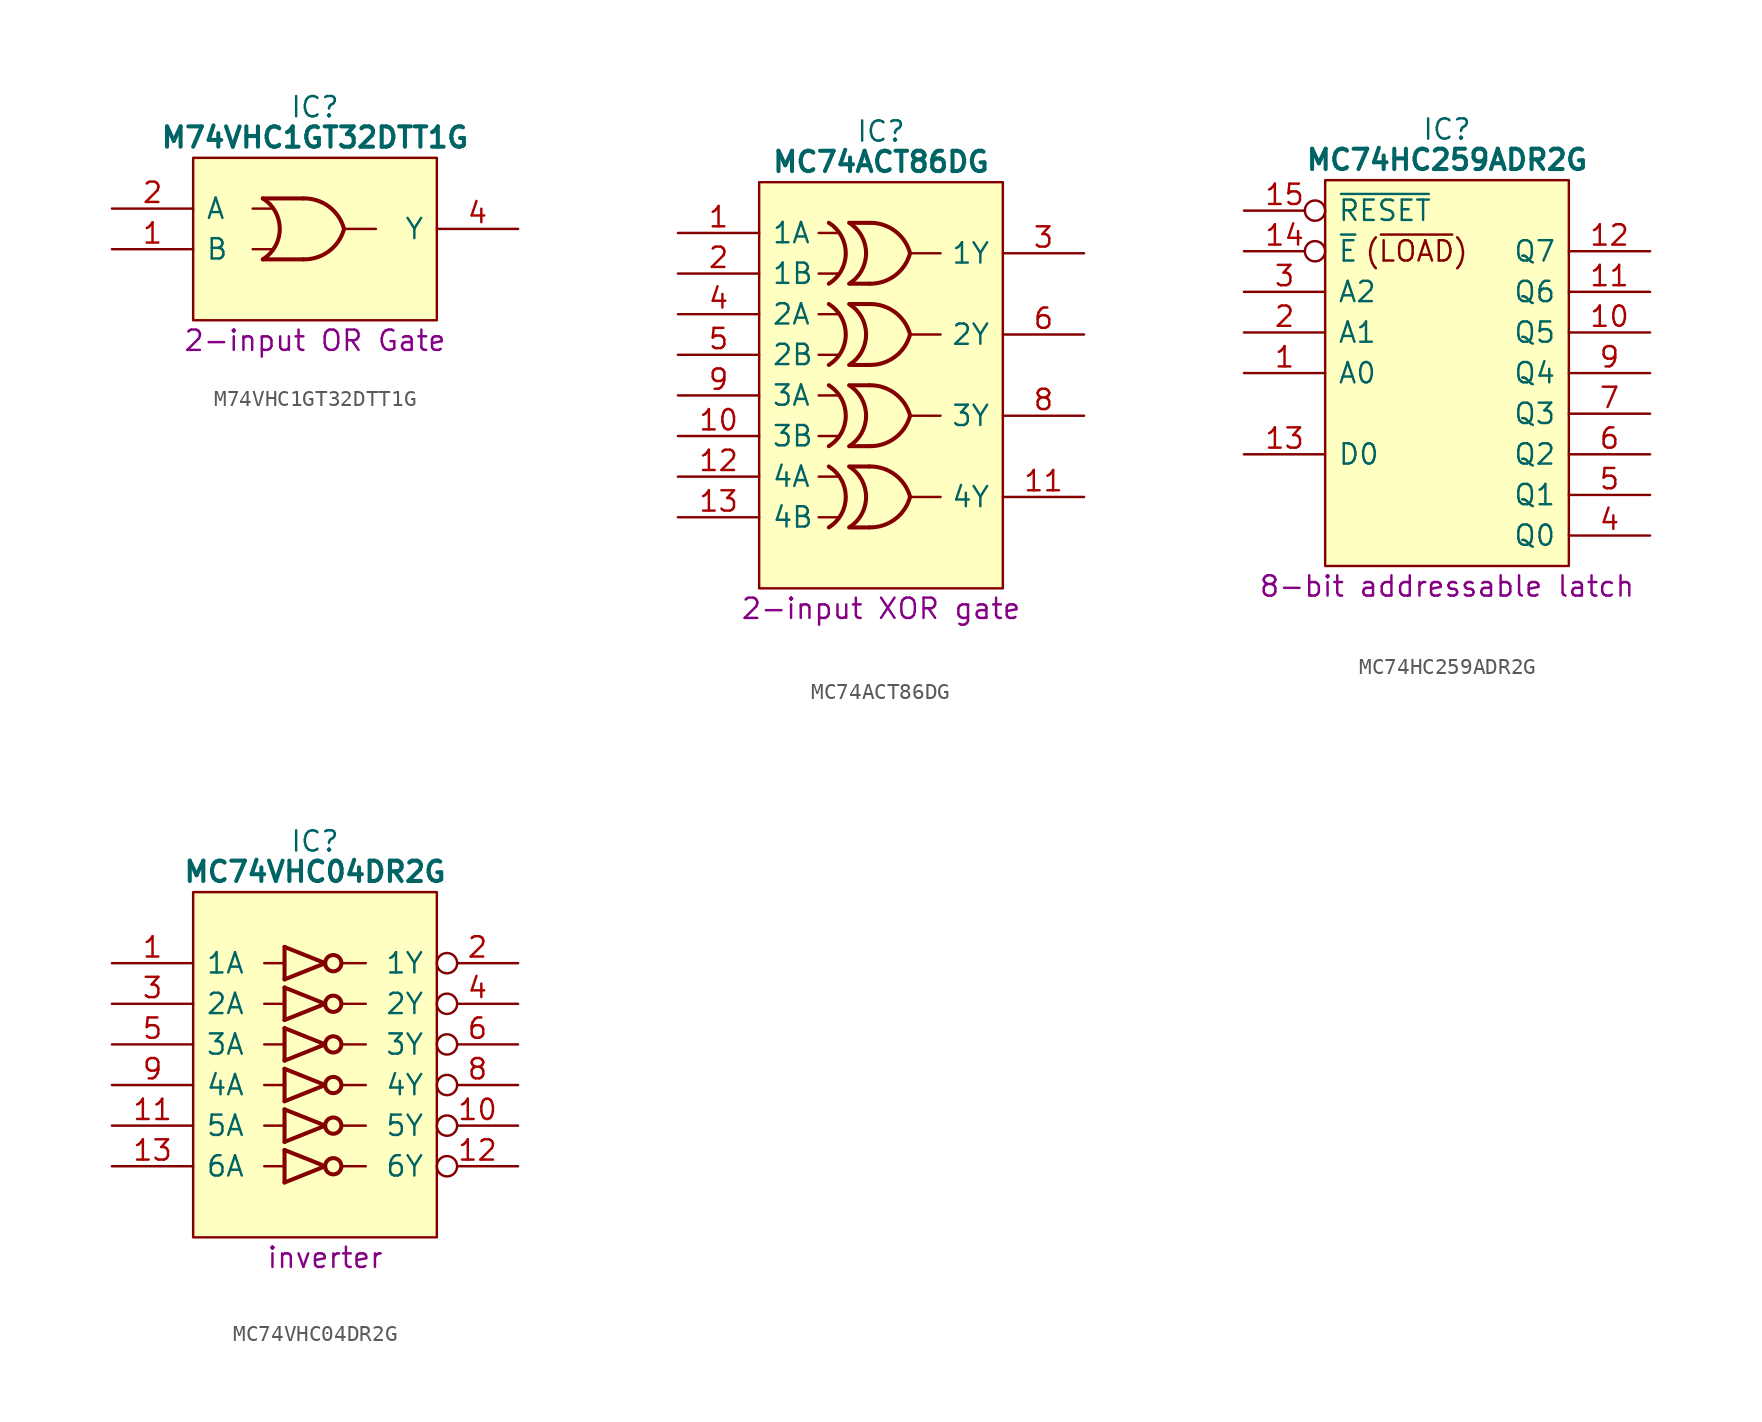
<source format=kicad_sym>
(kicad_symbol_lib
  (version 20241209)
  (generator "kicad_symbol_editor")
  (generator_version "9.0")
  (symbol "M74VHC1GT32DTT1G"
    (pin_names
      (offset 0.762))
    (property "Reference" "IC"
      (at 12.7 6.35 0)
      (effects (font (size 1.27 1.27))))
    (property "Value" "M74VHC1GT32DTT1G"
      (at 12.7 4.445 0)
      (effects (font (size 1.27 1.27) (bold yes))))
    (property "Description" "2-input OR Gate"
      (at 12.7 -8.255 0)
      (effects (font (size 1.27 1.27))))
    (symbol "M74VHC1GT32DTT1G_0_0"
      (pin input line (at 0 0 0) (length 5.08) (name "A" (effects (font (size 1.27 1.27)))) (number "2" (effects (font (size 1.27 1.27)))))
      (pin input line (at 0 -2.54 0) (length 5.08) (name "B" (effects (font (size 1.27 1.27)))) (number "1" (effects (font (size 1.27 1.27)))))
      (pin passive line (at 0 -5.08 0) (length 5.08) (hide yes) (name "GND" (effects (font (size 1.27 1.27)))) (number "3" (effects (font (size 1.27 1.27)))))
      (pin passive line (at 25.4 1.27 180) (length 5.08) (hide yes) (name "5V" (effects (font (size 1.27 1.27)))) (number "5" (effects (font (size 1.27 1.27)))))
      (pin output line (at 25.4 -1.27 180) (length 5.08) (name "Y" (effects (font (size 1.27 1.27)))) (number "4" (effects (font (size 1.27 1.27))))))
    (symbol "M74VHC1GT32DTT1G_0_1"
      (polyline (pts (xy 5.08 3.175) (xy 20.32 3.175) (xy 20.32 -6.985) (xy 5.08 -6.985) (xy 5.08 3.175)) (stroke (width 0.152) (type default)) (fill (type background)))
      (arc (start 9.437 0.635) (mid 10.4969 -1.27) (end 9.437 -3.175) (stroke (width 0.254) (type default)) (fill (type none)))
      (polyline (pts (xy 8.802 0) (xy 10.072 0)) (stroke (width 0) (type default)) (fill (type none)))
      (polyline (pts (xy 8.802 -2.54) (xy 10.072 -2.54)) (stroke (width 0) (type default)) (fill (type none)))
      (polyline (pts (xy 11.977 0.635) (xy 9.437 0.635)) (stroke (width 0.254) (type default)) (fill (type background)))
      (polyline (pts (xy 11.977 -3.175) (xy 9.437 -3.175)) (stroke (width 0.254) (type default)) (fill (type background)))
      (arc (start 14.517 -1.27) (mid 13.5755 -2.6605) (end 11.977 -3.175) (stroke (width 0.254) (type default)) (fill (type none)))
      (arc (start 11.977 0.635) (mid 13.576 0.1212) (end 14.517 -1.27) (stroke (width 0.254) (type default)) (fill (type none)))
      (polyline (pts (xy 14.605 -1.27) (xy 16.51 -1.27)) (stroke (width 0) (type default)) (fill (type none)))))
  (symbol "MC74ACT86DG"
    (pin_names
      (offset 0.762))
    (property "Reference" "IC"
      (at 12.7 6.35 0)
      (effects (font (size 1.27 1.27))))
    (property "Value" "MC74ACT86DG"
      (at 12.7 4.445 0)
      (effects (font (size 1.27 1.27) (bold yes))))
    (property "Description" "2-input XOR gate"
      (at 12.7 -23.495 0)
      (effects (font (size 1.27 1.27))))
    (symbol "MC74ACT86DG_0_1"
      (polyline (pts (xy 5.08 3.175) (xy 20.32 3.175) (xy 20.32 -22.225) (xy 5.08 -22.225) (xy 5.08 3.175)) (stroke (width 0.152) (type default)) (fill (type background)))
      (arc (start 9.437 0.635) (mid 10.4969 -1.27) (end 9.437 -3.175) (stroke (width 0.254) (type default)) (fill (type none)))
      (arc (start 9.437 -4.445) (mid 10.4969 -6.35) (end 9.437 -8.255) (stroke (width 0.254) (type default)) (fill (type none)))
      (arc (start 9.437 -9.525) (mid 10.4969 -11.43) (end 9.437 -13.335) (stroke (width 0.254) (type default)) (fill (type none)))
      (arc (start 9.437 -14.605) (mid 10.4969 -16.51) (end 9.437 -18.415) (stroke (width 0.254) (type default)) (fill (type none)))
      (polyline (pts (xy 8.802 0) (xy 10.072 0)) (stroke (width 0) (type default)) (fill (type none)))
      (polyline (pts (xy 8.802 -2.54) (xy 10.072 -2.54)) (stroke (width 0) (type default)) (fill (type none)))
      (polyline (pts (xy 8.802 -5.08) (xy 10.072 -5.08)) (stroke (width 0) (type default)) (fill (type none)))
      (polyline (pts (xy 8.802 -7.62) (xy 10.072 -7.62)) (stroke (width 0) (type default)) (fill (type none)))
      (polyline (pts (xy 8.802 -10.16) (xy 10.072 -10.16)) (stroke (width 0) (type default)) (fill (type none)))
      (polyline (pts (xy 8.802 -12.7) (xy 10.072 -12.7)) (stroke (width 0) (type default)) (fill (type none)))
      (polyline (pts (xy 8.802 -15.24) (xy 10.072 -15.24)) (stroke (width 0) (type default)) (fill (type none)))
      (polyline (pts (xy 8.802 -17.78) (xy 10.072 -17.78)) (stroke (width 0) (type default)) (fill (type none)))
      (arc (start 10.707 0.635) (mid 11.7669 -1.27) (end 10.707 -3.175) (stroke (width 0.254) (type default)) (fill (type none)))
      (arc (start 10.707 -4.445) (mid 11.7669 -6.35) (end 10.707 -8.255) (stroke (width 0.254) (type default)) (fill (type none)))
      (arc (start 10.707 -9.525) (mid 11.7669 -11.43) (end 10.707 -13.335) (stroke (width 0.254) (type default)) (fill (type none)))
      (arc (start 10.707 -14.605) (mid 11.7669 -16.51) (end 10.707 -18.415) (stroke (width 0.254) (type default)) (fill (type none)))
      (polyline (pts (xy 11.977 0.635) (xy 10.795 0.635)) (stroke (width 0.254) (type default)) (fill (type background)))
      (polyline (pts (xy 11.977 -3.175) (xy 10.795 -3.175)) (stroke (width 0.254) (type default)) (fill (type background)))
      (polyline (pts (xy 11.977 -4.445) (xy 10.795 -4.445)) (stroke (width 0.254) (type default)) (fill (type background)))
      (polyline (pts (xy 11.977 -8.255) (xy 10.795 -8.255)) (stroke (width 0.254) (type default)) (fill (type background)))
      (polyline (pts (xy 11.977 -9.525) (xy 10.795 -9.525)) (stroke (width 0.254) (type default)) (fill (type background)))
      (polyline (pts (xy 11.977 -13.335) (xy 10.795 -13.335)) (stroke (width 0.254) (type default)) (fill (type background)))
      (polyline (pts (xy 11.977 -14.605) (xy 10.795 -14.605)) (stroke (width 0.254) (type default)) (fill (type background)))
      (polyline (pts (xy 11.977 -18.415) (xy 10.795 -18.415)) (stroke (width 0.254) (type default)) (fill (type background)))
      (arc (start 14.517 -1.27) (mid 13.5755 -2.6605) (end 11.977 -3.175) (stroke (width 0.254) (type default)) (fill (type none)))
      (arc (start 14.517 -6.35) (mid 13.5755 -7.7405) (end 11.977 -8.255) (stroke (width 0.254) (type default)) (fill (type none)))
      (arc (start 14.517 -11.43) (mid 13.5755 -12.8205) (end 11.977 -13.335) (stroke (width 0.254) (type default)) (fill (type none)))
      (arc (start 14.517 -16.51) (mid 13.5755 -17.9005) (end 11.977 -18.415) (stroke (width 0.254) (type default)) (fill (type none)))
      (arc (start 11.977 0.635) (mid 13.576 0.1212) (end 14.517 -1.27) (stroke (width 0.254) (type default)) (fill (type none)))
      (arc (start 11.977 -4.445) (mid 13.576 -4.9588) (end 14.517 -6.35) (stroke (width 0.254) (type default)) (fill (type none)))
      (arc (start 11.977 -9.525) (mid 13.576 -10.0388) (end 14.517 -11.43) (stroke (width 0.254) (type default)) (fill (type none)))
      (arc (start 11.977 -14.605) (mid 13.576 -15.1188) (end 14.517 -16.51) (stroke (width 0.254) (type default)) (fill (type none)))
      (polyline (pts (xy 14.517 -1.27) (xy 16.422 -1.27)) (stroke (width 0) (type default)) (fill (type none)))
      (polyline (pts (xy 14.517 -6.35) (xy 16.422 -6.35)) (stroke (width 0) (type default)) (fill (type none)))
      (polyline (pts (xy 14.517 -11.43) (xy 16.422 -11.43)) (stroke (width 0) (type default)) (fill (type none)))
      (polyline (pts (xy 14.517 -16.51) (xy 16.422 -16.51)) (stroke (width 0) (type default)) (fill (type none))))
    (symbol "MC74ACT86DG_1_0"
      (pin input line (at 0 0 0) (length 5.08) (name "1A" (effects (font (size 1.27 1.27)))) (number "1" (effects (font (size 1.27 1.27)))))
      (pin input line (at 0 -2.54 0) (length 5.08) (name "1B" (effects (font (size 1.27 1.27)))) (number "2" (effects (font (size 1.27 1.27)))))
      (pin input line (at 0 -5.08 0) (length 5.08) (name "2A" (effects (font (size 1.27 1.27)))) (number "4" (effects (font (size 1.27 1.27)))))
      (pin input line (at 0 -7.62 0) (length 5.08) (name "2B" (effects (font (size 1.27 1.27)))) (number "5" (effects (font (size 1.27 1.27)))))
      (pin input line (at 0 -10.16 0) (length 5.08) (name "3A" (effects (font (size 1.27 1.27)))) (number "9" (effects (font (size 1.27 1.27)))))
      (pin input line (at 0 -12.7 0) (length 5.08) (name "3B" (effects (font (size 1.27 1.27)))) (number "10" (effects (font (size 1.27 1.27)))))
      (pin input line (at 0 -15.24 0) (length 5.08) (name "4A" (effects (font (size 1.27 1.27)))) (number "12" (effects (font (size 1.27 1.27)))))
      (pin input line (at 0 -17.78 0) (length 5.08) (name "4B" (effects (font (size 1.27 1.27)))) (number "13" (effects (font (size 1.27 1.27)))))
      (pin passive line (at 0 -20.32 0) (length 5.08) (hide yes) (name "GND" (effects (font (size 1.27 1.27)))) (number "7" (effects (font (size 1.27 1.27)))))
      (pin passive line (at 25.4 1.27 180) (length 5.08) (hide yes) (name "5V" (effects (font (size 1.27 1.27)))) (number "14" (effects (font (size 1.27 1.27)))))
      (pin output line (at 25.4 -1.27 180) (length 5.08) (name "1Y" (effects (font (size 1.27 1.27)))) (number "3" (effects (font (size 1.27 1.27)))))
      (pin output line (at 25.4 -6.35 180) (length 5.08) (name "2Y" (effects (font (size 1.27 1.27)))) (number "6" (effects (font (size 1.27 1.27)))))
      (pin output line (at 25.4 -11.43 180) (length 5.08) (name "3Y" (effects (font (size 1.27 1.27)))) (number "8" (effects (font (size 1.27 1.27)))))
      (pin output line (at 25.4 -16.51 180) (length 5.08) (name "4Y" (effects (font (size 1.27 1.27)))) (number "11" (effects (font (size 1.27 1.27)))))))
  (symbol "MC74HC259ADR2G"
    (pin_names
      (offset 0.762))
    (property "Reference" "IC"
      (at 12.7 5.08 0)
      (effects (font (size 1.27 1.27))))
    (property "Value" "MC74HC259ADR2G"
      (at 12.7 3.175 0)
      (effects (font (size 1.27 1.27) (bold yes))))
    (property "Description" "8-bit addressable latch"
      (at 12.7 -23.495 0)
      (effects (font (size 1.27 1.27))))
    (symbol "MC74HC259ADR2G_0_0"
      (pin input line (at 0 -5.08 0) (length 5.08) (name "A2" (effects (font (size 1.27 1.27)))) (number "3" (effects (font (size 1.27 1.27)))))
      (pin input line (at 0 -7.62 0) (length 5.08) (name "A1" (effects (font (size 1.27 1.27)))) (number "2" (effects (font (size 1.27 1.27)))))
      (pin input line (at 0 -10.16 0) (length 5.08) (name "A0" (effects (font (size 1.27 1.27)))) (number "1" (effects (font (size 1.27 1.27)))))
      (pin output line (at 25.4 -2.54 180) (length 5.08) (name "Q7" (effects (font (size 1.27 1.27)))) (number "12" (effects (font (size 1.27 1.27)))))
      (pin output line (at 25.4 -5.08 180) (length 5.08) (name "Q6" (effects (font (size 1.27 1.27)))) (number "11" (effects (font (size 1.27 1.27)))))
      (pin output line (at 25.4 -7.62 180) (length 5.08) (name "Q5" (effects (font (size 1.27 1.27)))) (number "10" (effects (font (size 1.27 1.27)))))
      (pin output line (at 25.4 -10.16 180) (length 5.08) (name "Q4" (effects (font (size 1.27 1.27)))) (number "9" (effects (font (size 1.27 1.27)))))
      (pin output line (at 25.4 -12.7 180) (length 5.08) (name "Q3" (effects (font (size 1.27 1.27)))) (number "7" (effects (font (size 1.27 1.27)))))
      (pin output line (at 25.4 -15.24 180) (length 5.08) (name "Q2" (effects (font (size 1.27 1.27)))) (number "6" (effects (font (size 1.27 1.27)))))
      (pin output line (at 25.4 -17.78 180) (length 5.08) (name "Q1" (effects (font (size 1.27 1.27)))) (number "5" (effects (font (size 1.27 1.27))))))
    (symbol "MC74HC259ADR2G_0_1"
      (polyline (pts (xy 5.08 1.905) (xy 20.32 1.905) (xy 20.32 -22.225) (xy 5.08 -22.225) (xy 5.08 1.905)) (stroke (width 0.152) (type default)) (fill (type background))))
    (symbol "MC74HC259ADR2G_1_0"
      (pin input inverted (at 0 0 0) (length 5.08) (name "~{RESET}" (effects (font (size 1.27 1.27)))) (number "15" (effects (font (size 1.27 1.27)))))
      (pin input inverted (at 0 -2.54 0) (length 5.08) (name "~{E}" (effects (font (size 1.27 1.27)))) (number "14" (effects (font (size 1.27 1.27)))))
      (pin input line (at 0 -15.24 0) (length 5.08) (name "D0" (effects (font (size 1.27 1.27)))) (number "13" (effects (font (size 1.27 1.27)))))
      (pin passive line (at 0 -20.32 0) (length 5.08) (hide yes) (name "GND" (effects (font (size 1.27 1.27)))) (number "8" (effects (font (size 1.27 1.27)))))
      (pin passive line (at 25.4 0 180) (length 5.08) (hide yes) (name "5V" (effects (font (size 1.27 1.27)))) (number "16" (effects (font (size 1.27 1.27)))))
      (pin output line (at 25.4 -20.32 180) (length 5.08) (name "Q0" (effects (font (size 1.27 1.27)))) (number "4" (effects (font (size 1.27 1.27))))))
    (symbol "MC74HC259ADR2G_1_1"
      (text "(~{LOAD})" (at 10.795 -2.54 0) (effects (font (size 1.27 1.27))))))
  (symbol "MC74VHC04DR2G"
    (pin_names
      (offset 0.762))
    (property "Reference" "IC"
      (at 12.7 7.62 0)
      (effects (font (size 1.27 1.27))))
    (property "Value" "MC74VHC04DR2G"
      (at 12.7 5.715 0)
      (effects (font (size 1.27 1.27) (bold yes))))
    (property "Description" "inverter"
      (at 13.335 -18.415 0)
      (effects (font (size 1.27 1.27))))
    (symbol "MC74VHC04DR2G_0_0"
      (pin input line (at 0 0 0) (length 5.08) (name "1A" (effects (font (size 1.27 1.27)))) (number "1" (effects (font (size 1.27 1.27)))))
      (pin input line (at 0 -2.54 0) (length 5.08) (name "2A" (effects (font (size 1.27 1.27)))) (number "3" (effects (font (size 1.27 1.27)))))
      (pin input line (at 0 -5.08 0) (length 5.08) (name "3A" (effects (font (size 1.27 1.27)))) (number "5" (effects (font (size 1.27 1.27)))))
      (pin input line (at 0 -7.62 0) (length 5.08) (name "4A" (effects (font (size 1.27 1.27)))) (number "9" (effects (font (size 1.27 1.27)))))
      (pin input line (at 0 -10.16 0) (length 5.08) (name "5A" (effects (font (size 1.27 1.27)))) (number "11" (effects (font (size 1.27 1.27)))))
      (pin input line (at 0 -12.7 0) (length 5.08) (name "6A" (effects (font (size 1.27 1.27)))) (number "13" (effects (font (size 1.27 1.27)))))
      (pin output inverted (at 25.4 0 180) (length 5.08) (name "1Y" (effects (font (size 1.27 1.27)))) (number "2" (effects (font (size 1.27 1.27)))))
      (pin output inverted (at 25.4 -2.54 180) (length 5.08) (name "2Y" (effects (font (size 1.27 1.27)))) (number "4" (effects (font (size 1.27 1.27)))))
      (pin output inverted (at 25.4 -5.08 180) (length 5.08) (name "3Y" (effects (font (size 1.27 1.27)))) (number "6" (effects (font (size 1.27 1.27)))))
      (pin output inverted (at 25.4 -7.62 180) (length 5.08) (name "4Y" (effects (font (size 1.27 1.27)))) (number "8" (effects (font (size 1.27 1.27)))))
      (pin output inverted (at 25.4 -10.16 180) (length 5.08) (name "5Y" (effects (font (size 1.27 1.27)))) (number "10" (effects (font (size 1.27 1.27)))))
      (pin output inverted (at 25.4 -12.7 180) (length 5.08) (name "6Y" (effects (font (size 1.27 1.27)))) (number "12" (effects (font (size 1.27 1.27))))))
    (symbol "MC74VHC04DR2G_0_1"
      (polyline (pts (xy 5.08 4.445) (xy 20.32 4.445) (xy 20.32 -17.145) (xy 5.08 -17.145) (xy 5.08 4.445)) (stroke (width 0.152) (type default)) (fill (type background)))
      (polyline (pts (xy 9.525 0) (xy 10.795 0)) (stroke (width 0) (type default)) (fill (type none)))
      (polyline (pts (xy 9.525 -2.54) (xy 10.795 -2.54)) (stroke (width 0) (type default)) (fill (type none)))
      (polyline (pts (xy 9.525 -5.08) (xy 10.795 -5.08)) (stroke (width 0) (type default)) (fill (type none)))
      (polyline (pts (xy 9.525 -7.62) (xy 10.795 -7.62)) (stroke (width 0) (type default)) (fill (type none)))
      (polyline (pts (xy 9.525 -10.16) (xy 10.795 -10.16)) (stroke (width 0) (type default)) (fill (type none)))
      (polyline (pts (xy 9.525 -12.7) (xy 10.795 -12.7)) (stroke (width 0) (type default)) (fill (type none)))
      (rectangle (start 10.795 1.016) (end 10.795 -1.016) (stroke (width 0.254) (type default)) (fill (type background)))
      (polyline (pts (xy 10.795 -1.016) (xy 13.335 0) (xy 10.795 1.016)) (stroke (width 0.254) (type default)) (fill (type none)))
      (rectangle (start 10.795 -1.524) (end 10.795 -3.556) (stroke (width 0.254) (type default)) (fill (type background)))
      (polyline (pts (xy 10.795 -3.556) (xy 13.335 -2.54) (xy 10.795 -1.524)) (stroke (width 0.254) (type default)) (fill (type none)))
      (rectangle (start 10.795 -4.064) (end 10.795 -6.096) (stroke (width 0.254) (type default)) (fill (type background)))
      (polyline (pts (xy 10.795 -6.096) (xy 13.335 -5.08) (xy 10.795 -4.064)) (stroke (width 0.254) (type default)) (fill (type none)))
      (rectangle (start 10.795 -6.604) (end 10.795 -8.636) (stroke (width 0.254) (type default)) (fill (type background)))
      (polyline (pts (xy 10.795 -8.636) (xy 13.335 -7.62) (xy 10.795 -6.604)) (stroke (width 0.254) (type default)) (fill (type none)))
      (rectangle (start 10.795 -9.144) (end 10.795 -11.176) (stroke (width 0.254) (type default)) (fill (type background)))
      (polyline (pts (xy 10.795 -11.176) (xy 13.335 -10.16) (xy 10.795 -9.144)) (stroke (width 0.254) (type default)) (fill (type none)))
      (rectangle (start 10.795 -11.684) (end 10.795 -13.716) (stroke (width 0.254) (type default)) (fill (type background)))
      (polyline (pts (xy 10.795 -13.716) (xy 13.335 -12.7) (xy 10.795 -11.684)) (stroke (width 0.254) (type default)) (fill (type none)))
      (circle (center 13.843 0) (radius 0.508) (stroke (width 0.254) (type default)) (fill (type none)))
      (circle (center 13.843 -2.54) (radius 0.508) (stroke (width 0.254) (type default)) (fill (type none)))
      (circle (center 13.843 -5.08) (radius 0.508) (stroke (width 0.254) (type default)) (fill (type none)))
      (circle (center 13.843 -7.62) (radius 0.508) (stroke (width 0.254) (type default)) (fill (type none)))
      (circle (center 13.843 -10.16) (radius 0.508) (stroke (width 0.254) (type default)) (fill (type none)))
      (circle (center 13.843 -12.7) (radius 0.508) (stroke (width 0.254) (type default)) (fill (type none)))
      (polyline (pts (xy 14.351 0) (xy 15.875 0)) (stroke (width 0) (type default)) (fill (type none)))
      (polyline (pts (xy 14.351 -2.54) (xy 15.875 -2.54)) (stroke (width 0) (type default)) (fill (type none)))
      (polyline (pts (xy 14.351 -5.08) (xy 15.875 -5.08)) (stroke (width 0) (type default)) (fill (type none)))
      (polyline (pts (xy 14.351 -7.62) (xy 15.875 -7.62)) (stroke (width 0) (type default)) (fill (type none)))
      (polyline (pts (xy 14.351 -10.16) (xy 15.875 -10.16)) (stroke (width 0) (type default)) (fill (type none)))
      (polyline (pts (xy 14.351 -12.7) (xy 15.875 -12.7)) (stroke (width 0) (type default)) (fill (type none))))
    (symbol "MC74VHC04DR2G_1_0"
      (pin passive line (at 0 -15.24 0) (length 5.08) (hide yes) (name "GND" (effects (font (size 1.27 1.27)))) (number "7" (effects (font (size 1.27 1.27)))))
      (pin passive line (at 25.4 2.54 180) (length 5.08) (hide yes) (name "5V" (effects (font (size 1.27 1.27)))) (number "14" (effects (font (size 1.27 1.27))))))))
</source>
